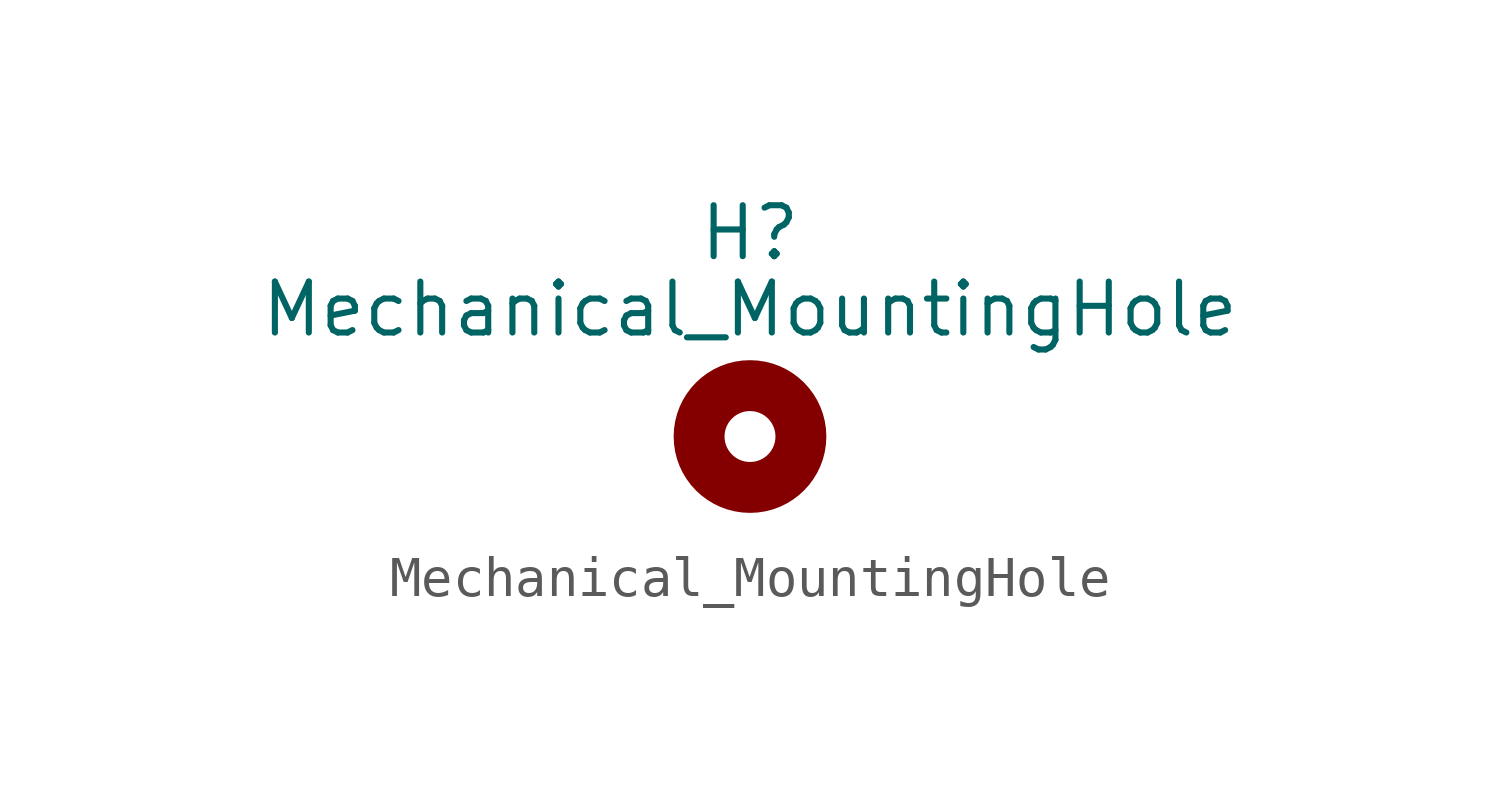
<source format=kicad_sym>
(kicad_symbol_lib
  (version 20231120)
  (generator "kicad_symbol_editor")
  (generator_version "8.0")
  (symbol "Mechanical_MountingHole"
    (pin_names
      (offset 1.016))
    (property "Reference" "H"
      (at 0 5.08 0)
      (effects (font (size 1.27 1.27))))
    (property "Value" "Mechanical_MountingHole"
      (at 0 3.175 0)
      (effects (font (size 1.27 1.27))))
    (symbol "Mechanical_MountingHole_0_1"
      (circle (center 0 0) (radius 1.27) (stroke (width 1.27) (type solid)) (fill (type none))))))
</source>
